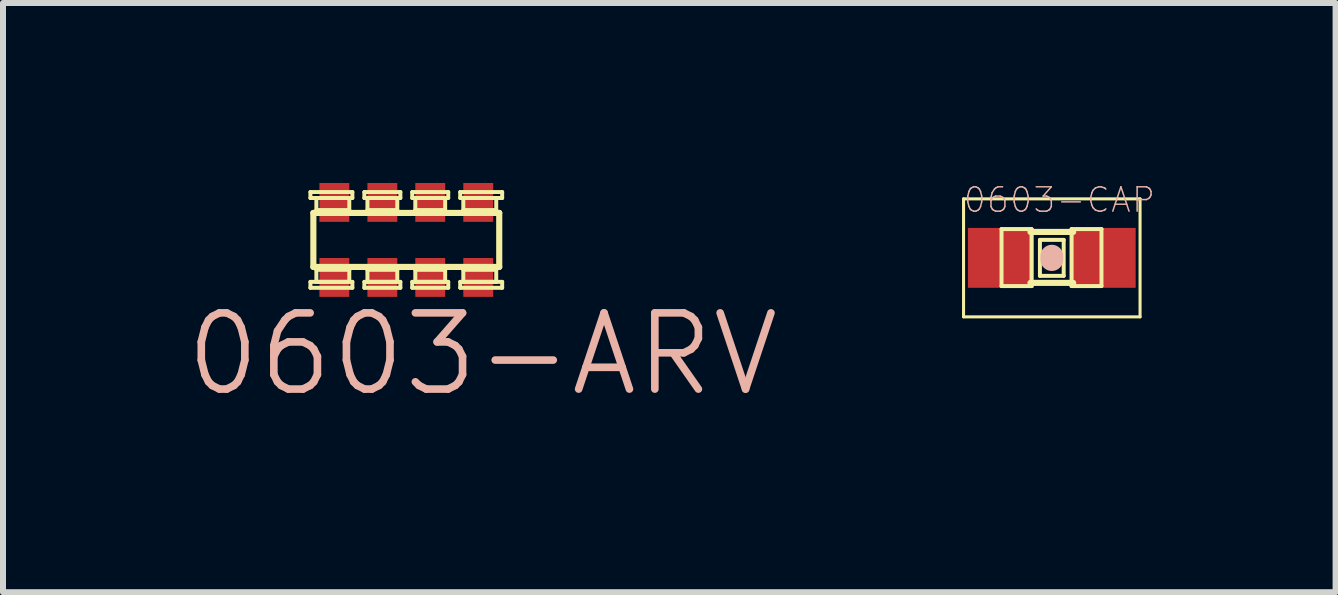
<source format=kicad_pcb>
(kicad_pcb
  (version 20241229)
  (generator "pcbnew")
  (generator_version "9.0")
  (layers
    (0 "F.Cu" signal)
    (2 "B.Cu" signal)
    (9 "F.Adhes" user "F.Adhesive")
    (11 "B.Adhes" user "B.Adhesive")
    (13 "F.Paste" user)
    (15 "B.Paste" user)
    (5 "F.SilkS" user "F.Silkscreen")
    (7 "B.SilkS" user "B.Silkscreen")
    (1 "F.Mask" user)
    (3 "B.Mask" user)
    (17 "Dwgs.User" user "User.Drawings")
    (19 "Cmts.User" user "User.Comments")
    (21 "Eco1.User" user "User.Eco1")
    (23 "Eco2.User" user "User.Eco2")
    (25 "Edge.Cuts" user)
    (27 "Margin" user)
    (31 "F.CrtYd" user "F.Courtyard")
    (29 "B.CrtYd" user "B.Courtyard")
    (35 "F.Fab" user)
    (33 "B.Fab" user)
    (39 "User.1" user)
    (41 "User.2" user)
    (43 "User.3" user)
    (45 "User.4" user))
  (footprint "0603-ARV"
    (layer "F.Cu")
    (at 3.722 0.949)
    (property "Reference" "0603-ARV" (at 1.27 1.905 0) (layer "B.SilkS") (effects (font (size 1.27 1.27) (thickness 0.127))))
    (attr smd)
    (fp_line (start -1.598 -0.798) (end -0.899 -0.798) (stroke (width 0.066) (type solid)) (layer "F.SilkS"))
    (fp_line (start -1.598 -0.699) (end -1.598 -0.798) (stroke (width 0.066) (type solid)) (layer "F.SilkS"))
    (fp_line (start -1.598 -0.699) (end -0.899 -0.699) (stroke (width 0.066) (type solid)) (layer "F.SilkS"))
    (fp_line (start -1.598 0.699) (end -0.899 0.699) (stroke (width 0.066) (type solid)) (layer "F.SilkS"))
    (fp_line (start -1.598 0.798) (end -1.598 0.699) (stroke (width 0.066) (type solid)) (layer "F.SilkS"))
    (fp_line (start -1.598 0.798) (end -0.899 0.798) (stroke (width 0.066) (type solid)) (layer "F.SilkS"))
    (fp_line (start -1.549 -0.45) (end 1.549 -0.45) (stroke (width 0.102) (type solid)) (layer "F.SilkS"))
    (fp_line (start -1.549 0.45) (end -1.549 -0.45) (stroke (width 0.102) (type solid)) (layer "F.SilkS"))
    (fp_line (start -1.499 -0.699) (end -0.95 -0.699) (stroke (width 0.066) (type solid)) (layer "F.SilkS"))
    (fp_line (start -1.499 -0.498) (end -1.499 -0.699) (stroke (width 0.066) (type solid)) (layer "F.SilkS"))
    (fp_line (start -1.499 -0.498) (end -0.95 -0.498) (stroke (width 0.066) (type solid)) (layer "F.SilkS"))
    (fp_line (start -1.499 0.498) (end -0.95 0.498) (stroke (width 0.066) (type solid)) (layer "F.SilkS"))
    (fp_line (start -1.499 0.699) (end -1.499 0.498) (stroke (width 0.066) (type solid)) (layer "F.SilkS"))
    (fp_line (start -1.499 0.699) (end -0.95 0.699) (stroke (width 0.066) (type solid)) (layer "F.SilkS"))
    (fp_line (start -0.95 -0.498) (end -0.95 -0.699) (stroke (width 0.066) (type solid)) (layer "F.SilkS"))
    (fp_line (start -0.95 0.699) (end -0.95 0.498) (stroke (width 0.066) (type solid)) (layer "F.SilkS"))
    (fp_line (start -0.899 -0.699) (end -0.899 -0.798) (stroke (width 0.066) (type solid)) (layer "F.SilkS"))
    (fp_line (start -0.899 0.798) (end -0.899 0.699) (stroke (width 0.066) (type solid)) (layer "F.SilkS"))
    (fp_line (start -0.699 -0.798) (end -0.099 -0.798) (stroke (width 0.066) (type solid)) (layer "F.SilkS"))
    (fp_line (start -0.699 -0.699) (end -0.699 -0.798) (stroke (width 0.066) (type solid)) (layer "F.SilkS"))
    (fp_line (start -0.699 -0.699) (end -0.099 -0.699) (stroke (width 0.066) (type solid)) (layer "F.SilkS"))
    (fp_line (start -0.699 0.699) (end -0.099 0.699) (stroke (width 0.066) (type solid)) (layer "F.SilkS"))
    (fp_line (start -0.699 0.798) (end -0.699 0.699) (stroke (width 0.066) (type solid)) (layer "F.SilkS"))
    (fp_line (start -0.699 0.798) (end -0.099 0.798) (stroke (width 0.066) (type solid)) (layer "F.SilkS"))
    (fp_line (start -0.648 -0.699) (end -0.15 -0.699) (stroke (width 0.066) (type solid)) (layer "F.SilkS"))
    (fp_line (start -0.648 -0.498) (end -0.648 -0.699) (stroke (width 0.066) (type solid)) (layer "F.SilkS"))
    (fp_line (start -0.648 -0.498) (end -0.15 -0.498) (stroke (width 0.066) (type solid)) (layer "F.SilkS"))
    (fp_line (start -0.648 0.498) (end -0.15 0.498) (stroke (width 0.066) (type solid)) (layer "F.SilkS"))
    (fp_line (start -0.648 0.699) (end -0.648 0.498) (stroke (width 0.066) (type solid)) (layer "F.SilkS"))
    (fp_line (start -0.648 0.699) (end -0.15 0.699) (stroke (width 0.066) (type solid)) (layer "F.SilkS"))
    (fp_line (start -0.15 -0.498) (end -0.15 -0.699) (stroke (width 0.066) (type solid)) (layer "F.SilkS"))
    (fp_line (start -0.15 0.699) (end -0.15 0.498) (stroke (width 0.066) (type solid)) (layer "F.SilkS"))
    (fp_line (start -0.099 -0.699) (end -0.099 -0.798) (stroke (width 0.066) (type solid)) (layer "F.SilkS"))
    (fp_line (start -0.099 0.798) (end -0.099 0.699) (stroke (width 0.066) (type solid)) (layer "F.SilkS"))
    (fp_line (start 0.099 -0.798) (end 0.699 -0.798) (stroke (width 0.066) (type solid)) (layer "F.SilkS"))
    (fp_line (start 0.099 -0.699) (end 0.099 -0.798) (stroke (width 0.066) (type solid)) (layer "F.SilkS"))
    (fp_line (start 0.099 -0.699) (end 0.699 -0.699) (stroke (width 0.066) (type solid)) (layer "F.SilkS"))
    (fp_line (start 0.099 0.699) (end 0.699 0.699) (stroke (width 0.066) (type solid)) (layer "F.SilkS"))
    (fp_line (start 0.099 0.798) (end 0.099 0.699) (stroke (width 0.066) (type solid)) (layer "F.SilkS"))
    (fp_line (start 0.099 0.798) (end 0.699 0.798) (stroke (width 0.066) (type solid)) (layer "F.SilkS"))
    (fp_line (start 0.15 -0.699) (end 0.648 -0.699) (stroke (width 0.066) (type solid)) (layer "F.SilkS"))
    (fp_line (start 0.15 -0.498) (end 0.15 -0.699) (stroke (width 0.066) (type solid)) (layer "F.SilkS"))
    (fp_line (start 0.15 -0.498) (end 0.648 -0.498) (stroke (width 0.066) (type solid)) (layer "F.SilkS"))
    (fp_line (start 0.15 0.498) (end 0.648 0.498) (stroke (width 0.066) (type solid)) (layer "F.SilkS"))
    (fp_line (start 0.15 0.699) (end 0.15 0.498) (stroke (width 0.066) (type solid)) (layer "F.SilkS"))
    (fp_line (start 0.15 0.699) (end 0.648 0.699) (stroke (width 0.066) (type solid)) (layer "F.SilkS"))
    (fp_line (start 0.648 -0.498) (end 0.648 -0.699) (stroke (width 0.066) (type solid)) (layer "F.SilkS"))
    (fp_line (start 0.648 0.699) (end 0.648 0.498) (stroke (width 0.066) (type solid)) (layer "F.SilkS"))
    (fp_line (start 0.699 -0.699) (end 0.699 -0.798) (stroke (width 0.066) (type solid)) (layer "F.SilkS"))
    (fp_line (start 0.699 0.798) (end 0.699 0.699) (stroke (width 0.066) (type solid)) (layer "F.SilkS"))
    (fp_line (start 0.899 -0.798) (end 1.598 -0.798) (stroke (width 0.066) (type solid)) (layer "F.SilkS"))
    (fp_line (start 0.899 -0.699) (end 0.899 -0.798) (stroke (width 0.066) (type solid)) (layer "F.SilkS"))
    (fp_line (start 0.899 -0.699) (end 1.598 -0.699) (stroke (width 0.066) (type solid)) (layer "F.SilkS"))
    (fp_line (start 0.899 0.699) (end 1.598 0.699) (stroke (width 0.066) (type solid)) (layer "F.SilkS"))
    (fp_line (start 0.899 0.798) (end 0.899 0.699) (stroke (width 0.066) (type solid)) (layer "F.SilkS"))
    (fp_line (start 0.899 0.798) (end 1.598 0.798) (stroke (width 0.066) (type solid)) (layer "F.SilkS"))
    (fp_line (start 0.95 -0.699) (end 1.499 -0.699) (stroke (width 0.066) (type solid)) (layer "F.SilkS"))
    (fp_line (start 0.95 -0.498) (end 0.95 -0.699) (stroke (width 0.066) (type solid)) (layer "F.SilkS"))
    (fp_line (start 0.95 -0.498) (end 1.499 -0.498) (stroke (width 0.066) (type solid)) (layer "F.SilkS"))
    (fp_line (start 0.95 0.498) (end 1.499 0.498) (stroke (width 0.066) (type solid)) (layer "F.SilkS"))
    (fp_line (start 0.95 0.699) (end 0.95 0.498) (stroke (width 0.066) (type solid)) (layer "F.SilkS"))
    (fp_line (start 0.95 0.699) (end 1.499 0.699) (stroke (width 0.066) (type solid)) (layer "F.SilkS"))
    (fp_line (start 1.499 -0.498) (end 1.499 -0.699) (stroke (width 0.066) (type solid)) (layer "F.SilkS"))
    (fp_line (start 1.499 0.699) (end 1.499 0.498) (stroke (width 0.066) (type solid)) (layer "F.SilkS"))
    (fp_line (start 1.549 -0.45) (end 1.549 0.45) (stroke (width 0.102) (type solid)) (layer "F.SilkS"))
    (fp_line (start 1.549 0.45) (end -1.549 0.45) (stroke (width 0.102) (type solid)) (layer "F.SilkS"))
    (fp_line (start 1.598 -0.699) (end 1.598 -0.798) (stroke (width 0.066) (type solid)) (layer "F.SilkS"))
    (fp_line (start 1.598 0.798) (end 1.598 0.699) (stroke (width 0.066) (type solid)) (layer "F.SilkS"))
    (pad "1" smd rect (at -1.199 0.625) (size 0.498 0.648) (layers "F.Cu" "F.Mask" "F.Paste"))
    (pad "2" smd rect (at -0.399 0.625) (size 0.498 0.648) (layers "F.Cu" "F.Mask" "F.Paste"))
    (pad "3" smd rect (at 0.399 0.625) (size 0.498 0.648) (layers "F.Cu" "F.Mask" "F.Paste"))
    (pad "4" smd rect (at 1.199 0.625) (size 0.498 0.648) (layers "F.Cu" "F.Mask" "F.Paste"))
    (pad "5" smd rect (at 1.199 -0.625) (size 0.498 0.648) (layers "F.Cu" "F.Mask" "F.Paste"))
    (pad "6" smd rect (at 0.399 -0.625) (size 0.498 0.648) (layers "F.Cu" "F.Mask" "F.Paste"))
    (pad "7" smd rect (at -0.399 -0.625) (size 0.498 0.648) (layers "F.Cu" "F.Mask" "F.Paste"))
    (pad "8" smd rect (at -1.199 -0.625) (size 0.498 0.648) (layers "F.Cu" "F.Mask" "F.Paste")))
  (footprint "0603-CAP"
    (layer "F.Cu")
    (at 14.481 1.248)
    (property "Reference" "0603-CAP" (at 0.127 -0.965 0) (layer "B.SilkS") (effects (font (size 0.406 0.406) (thickness 0.025))))
    (attr smd)
    (fp_line (start -1.471 -0.983) (end 1.471 -0.983) (stroke (width 0.051) (type solid)) (layer "F.SilkS"))
    (fp_line (start -1.471 0.983) (end -1.471 -0.983) (stroke (width 0.051) (type solid)) (layer "F.SilkS"))
    (fp_line (start -0.838 -0.48) (end -0.338 -0.48) (stroke (width 0.066) (type solid)) (layer "F.SilkS"))
    (fp_line (start -0.838 0.47) (end -0.838 -0.48) (stroke (width 0.066) (type solid)) (layer "F.SilkS"))
    (fp_line (start -0.838 0.47) (end -0.338 0.47) (stroke (width 0.066) (type solid)) (layer "F.SilkS"))
    (fp_line (start -0.356 -0.432) (end 0.356 -0.432) (stroke (width 0.102) (type solid)) (layer "F.SilkS"))
    (fp_line (start -0.356 0.417) (end 0.356 0.417) (stroke (width 0.102) (type solid)) (layer "F.SilkS"))
    (fp_line (start -0.338 0.47) (end -0.338 -0.48) (stroke (width 0.066) (type solid)) (layer "F.SilkS"))
    (fp_line (start -0.198 -0.3) (end 0.198 -0.3) (stroke (width 0.066) (type solid)) (layer "F.SilkS"))
    (fp_line (start -0.198 0.3) (end -0.198 -0.3) (stroke (width 0.066) (type solid)) (layer "F.SilkS"))
    (fp_line (start -0.198 0.3) (end 0.198 0.3) (stroke (width 0.066) (type solid)) (layer "F.SilkS"))
    (fp_line (start 0.198 0.3) (end 0.198 -0.3) (stroke (width 0.066) (type solid)) (layer "F.SilkS"))
    (fp_line (start 0.33 -0.48) (end 0.828 -0.48) (stroke (width 0.066) (type solid)) (layer "F.SilkS"))
    (fp_line (start 0.33 0.47) (end 0.33 -0.48) (stroke (width 0.066) (type solid)) (layer "F.SilkS"))
    (fp_line (start 0.33 0.47) (end 0.828 0.47) (stroke (width 0.066) (type solid)) (layer "F.SilkS"))
    (fp_line (start 0.828 0.47) (end 0.828 -0.48) (stroke (width 0.066) (type solid)) (layer "F.SilkS"))
    (fp_line (start 1.471 -0.983) (end 1.471 0.983) (stroke (width 0.051) (type solid)) (layer "F.SilkS"))
    (fp_line (start 1.471 0.983) (end -1.471 0.983) (stroke (width 0.051) (type solid)) (layer "F.SilkS"))
    (fp_line (start 0 -0.028) (end 0 0.028) (stroke (width 0.381) (type solid)) (layer "B.SilkS"))
    (pad "1" smd rect (at -0.848 0) (size 1.1 0.998) (layers "F.Cu" "F.Mask" "F.Paste"))
    (pad "2" smd rect (at 0.848 0) (size 1.1 0.998) (layers "F.Cu" "F.Mask" "F.Paste")))
  (gr_rect
    (start -3 -3)
    (end 19.211 6.82)
    (stroke (width 0.1) (type default))
    (fill no)
    (layer "Edge.Cuts")))
</source>
